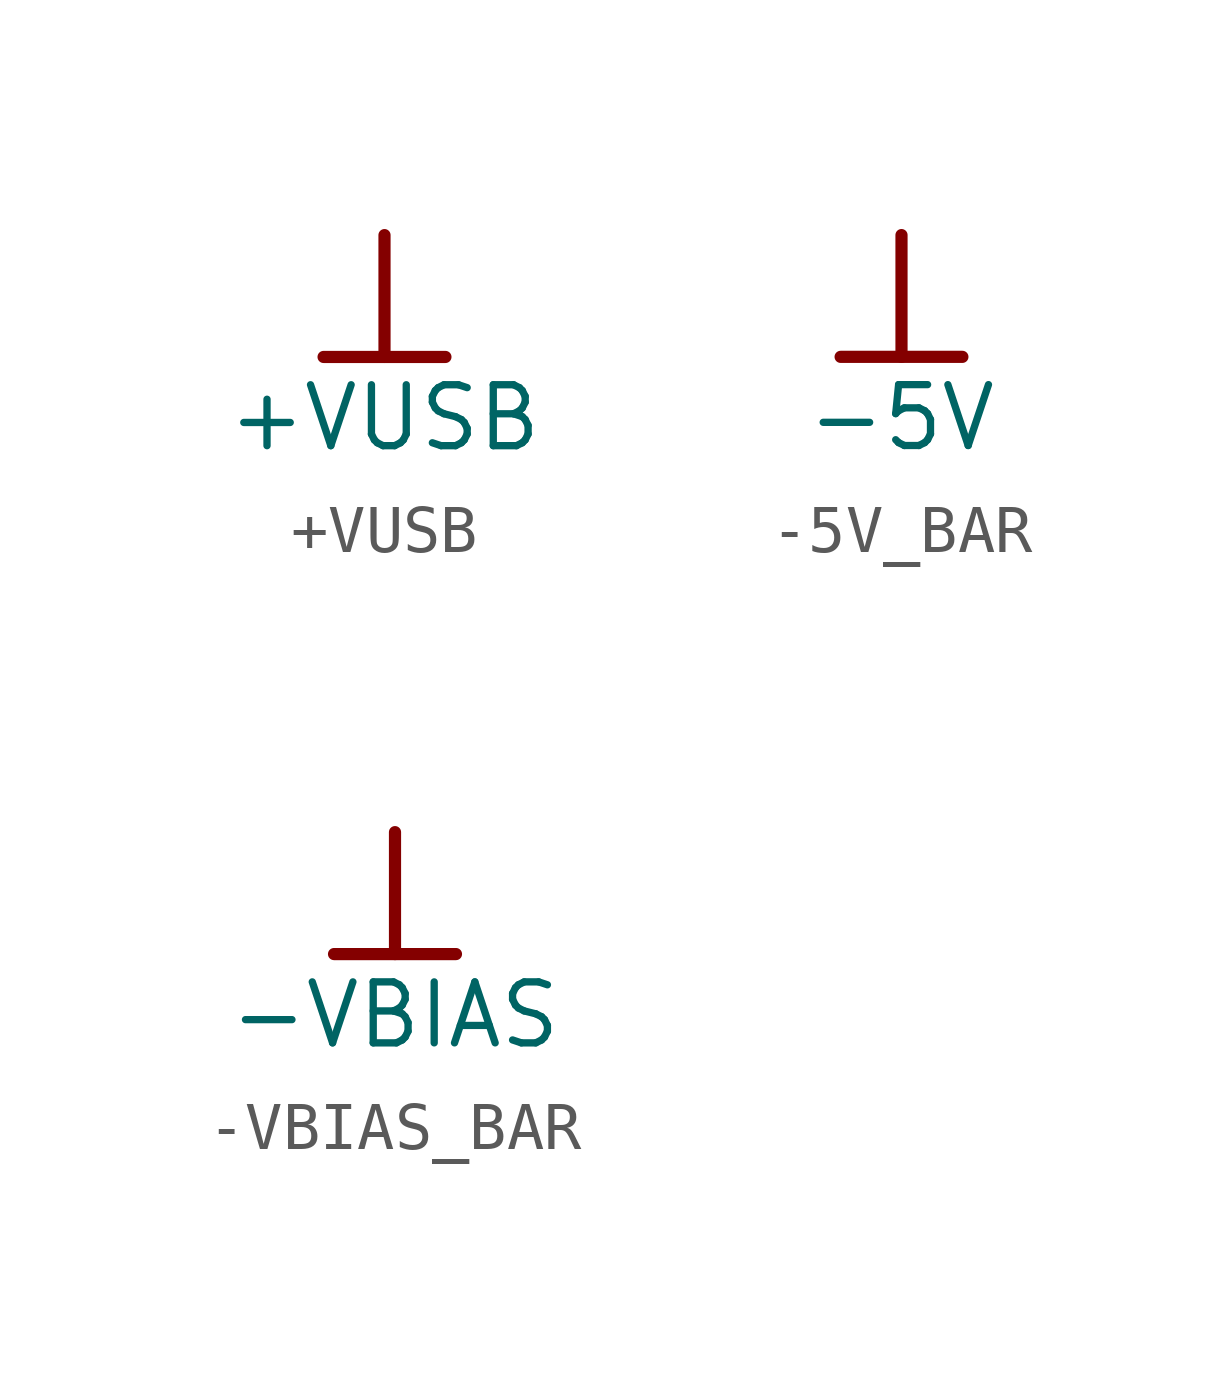
<source format=kicad_sym>
(kicad_symbol_lib
  (version 20241209)
  (generator "kicad_symbol_editor")
  (generator_version "8.99")
  (symbol "+VUSB"
    (power)
    (property "Reference" "#PWR"
      (at 0 0 0)
      (effects (font (size 1.27 1.27)) (hide yes)))
    (property "Value" "+VUSB"
      (at 0 -3.81 0)
      (effects (font (size 1.27 1.27))))
    (symbol "+VUSB_0_0"
      (polyline (pts (xy -1.27 -2.54) (xy 1.27 -2.54)) (stroke (width 0.254) (type solid)) (fill (type none)))
      (polyline (pts (xy 0 0) (xy 0 -2.54)) (stroke (width 0.254) (type solid)) (fill (type none)))
      (pin power_in line (at 0 0 0) (length 0) (hide yes) (name "+5V2" (effects (font (size 1.27 1.27)))) (number "" (effects (font (size 1.27 1.27)))))))
  (symbol "-5V_BAR"
    (power)
    (property "Reference" "#PWR"
      (at 0 0 0)
      (effects (font (size 1.27 1.27)) (hide yes)))
    (property "Value" "-5V"
      (at 0 -3.81 0)
      (effects (font (size 1.27 1.27))))
    (symbol "-5V_BAR_0_0"
      (polyline (pts (xy -1.27 -2.54) (xy 1.27 -2.54)) (stroke (width 0.254) (type solid)) (fill (type none)))
      (polyline (pts (xy 0 0) (xy 0 -2.54)) (stroke (width 0.254) (type solid)) (fill (type none)))
      (pin power_in line (at 0 0 0) (length 0) (hide yes) (name "-5V" (effects (font (size 1.27 1.27)))) (number "" (effects (font (size 1.27 1.27)))))))
  (symbol "-VBIAS_BAR"
    (power)
    (property "Reference" "#PWR"
      (at 0 0 0)
      (effects (font (size 1.27 1.27)) (hide yes)))
    (property "Value" "-VBIAS"
      (at 0 -3.81 0)
      (effects (font (size 1.27 1.27))))
    (symbol "-VBIAS_BAR_0_0"
      (polyline (pts (xy -1.27 -2.54) (xy 1.27 -2.54)) (stroke (width 0.254) (type solid)) (fill (type none)))
      (polyline (pts (xy 0 0) (xy 0 -2.54)) (stroke (width 0.254) (type solid)) (fill (type none)))
      (pin power_in line (at 0 0 0) (length 0) (hide yes) (name "-VBIAS" (effects (font (size 1.27 1.27)))) (number "" (effects (font (size 1.27 1.27))))))))
</source>
